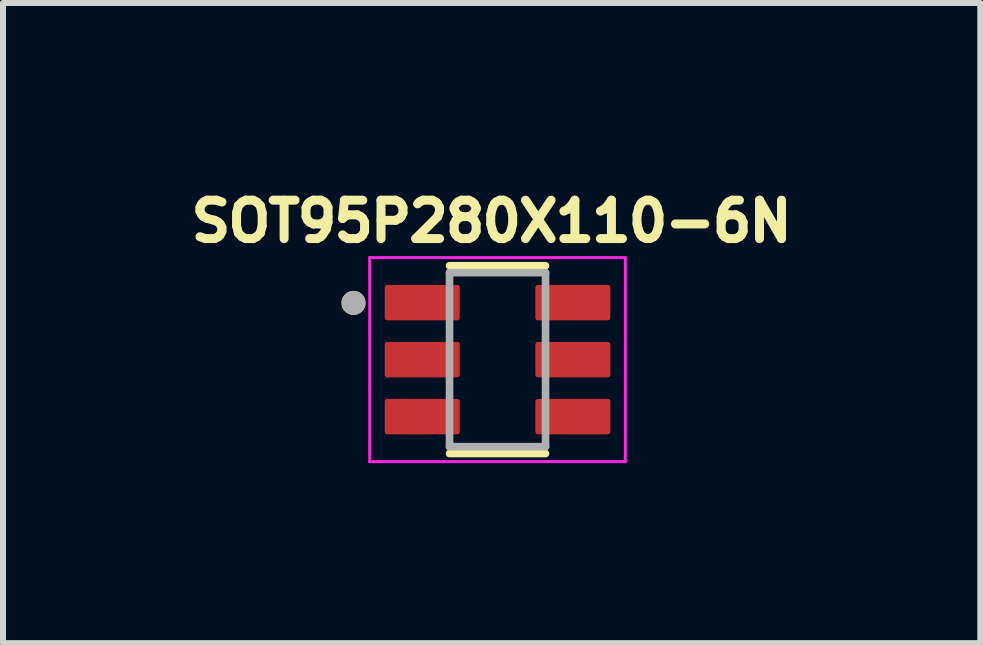
<source format=kicad_pcb>
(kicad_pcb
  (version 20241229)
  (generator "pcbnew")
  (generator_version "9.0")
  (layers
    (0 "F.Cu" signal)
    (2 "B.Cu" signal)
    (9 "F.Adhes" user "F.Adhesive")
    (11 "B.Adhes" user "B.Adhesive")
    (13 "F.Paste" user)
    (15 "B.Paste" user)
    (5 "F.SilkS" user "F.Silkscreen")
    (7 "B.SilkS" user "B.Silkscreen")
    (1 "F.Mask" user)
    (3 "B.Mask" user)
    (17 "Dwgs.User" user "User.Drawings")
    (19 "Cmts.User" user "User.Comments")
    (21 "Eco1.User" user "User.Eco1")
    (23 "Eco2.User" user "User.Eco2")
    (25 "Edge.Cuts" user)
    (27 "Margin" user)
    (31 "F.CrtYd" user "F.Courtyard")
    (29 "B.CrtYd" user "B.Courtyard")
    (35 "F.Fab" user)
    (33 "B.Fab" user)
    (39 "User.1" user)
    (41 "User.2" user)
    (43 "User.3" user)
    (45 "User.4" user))
  (footprint "SOT95P280X110-6N"
    (layer "F.Cu")
    (at 5.242 2.944)
    (property "Reference" "SOT95P280X110-6N" (at -0.098 -2.306 0) (layer "F.SilkS") (effects (font (size 0.64 0.64) (thickness 0.15))))
    (attr through_hole)
    (fp_line (start -0.8 -1.565) (end 0.8 -1.565) (stroke (width 0.127) (type solid)) (layer "F.SilkS"))
    (fp_line (start -0.8 1.565) (end 0.8 1.565) (stroke (width 0.127) (type solid)) (layer "F.SilkS"))
    (fp_circle (center -2.4 -0.946) (end -2.3 -0.946) (stroke (width 0.2) (type solid)) (fill no) (layer "F.SilkS"))
    (fp_line (start -2.13 -1.7) (end -2.13 1.7) (stroke (width 0.05) (type solid)) (layer "F.CrtYd"))
    (fp_line (start -2.13 1.7) (end 2.13 1.7) (stroke (width 0.05) (type solid)) (layer "F.CrtYd"))
    (fp_line (start 2.13 -1.7) (end -2.13 -1.7) (stroke (width 0.05) (type solid)) (layer "F.CrtYd"))
    (fp_line (start 2.13 1.7) (end 2.13 -1.7) (stroke (width 0.05) (type solid)) (layer "F.CrtYd"))
    (fp_line (start -0.8 -1.45) (end -0.8 1.45) (stroke (width 0.127) (type solid)) (layer "F.Fab"))
    (fp_line (start -0.8 1.45) (end 0.8 1.45) (stroke (width 0.127) (type solid)) (layer "F.Fab"))
    (fp_line (start 0.8 -1.45) (end -0.8 -1.45) (stroke (width 0.127) (type solid)) (layer "F.Fab"))
    (fp_line (start 0.8 1.45) (end 0.8 -1.45) (stroke (width 0.127) (type solid)) (layer "F.Fab"))
    (fp_circle (center -2.4 -0.946) (end -2.3 -0.946) (stroke (width 0.2) (type solid)) (fill no) (layer "F.Fab"))
    (pad "1" smd roundrect (at -1.255 -0.95) (size 1.25 0.59) (layers "F.Cu" "F.Mask" "F.Paste") (roundrect_rratio 0.07))
    (pad "2" smd roundrect (at -1.255 0) (size 1.25 0.59) (layers "F.Cu" "F.Mask" "F.Paste") (roundrect_rratio 0.07))
    (pad "3" smd roundrect (at -1.255 0.95) (size 1.25 0.59) (layers "F.Cu" "F.Mask" "F.Paste") (roundrect_rratio 0.07))
    (pad "4" smd roundrect (at 1.255 0.95) (size 1.25 0.59) (layers "F.Cu" "F.Mask" "F.Paste") (roundrect_rratio 0.07))
    (pad "5" smd roundrect (at 1.255 0) (size 1.25 0.59) (layers "F.Cu" "F.Mask" "F.Paste") (roundrect_rratio 0.07))
    (pad "6" smd roundrect (at 1.255 -0.95) (size 1.25 0.59) (layers "F.Cu" "F.Mask" "F.Paste") (roundrect_rratio 0.07)))
  (gr_rect
    (start -3 -3)
    (end 13.288 7.669)
    (stroke (width 0.1) (type default))
    (fill no)
    (layer "Edge.Cuts")))
</source>
